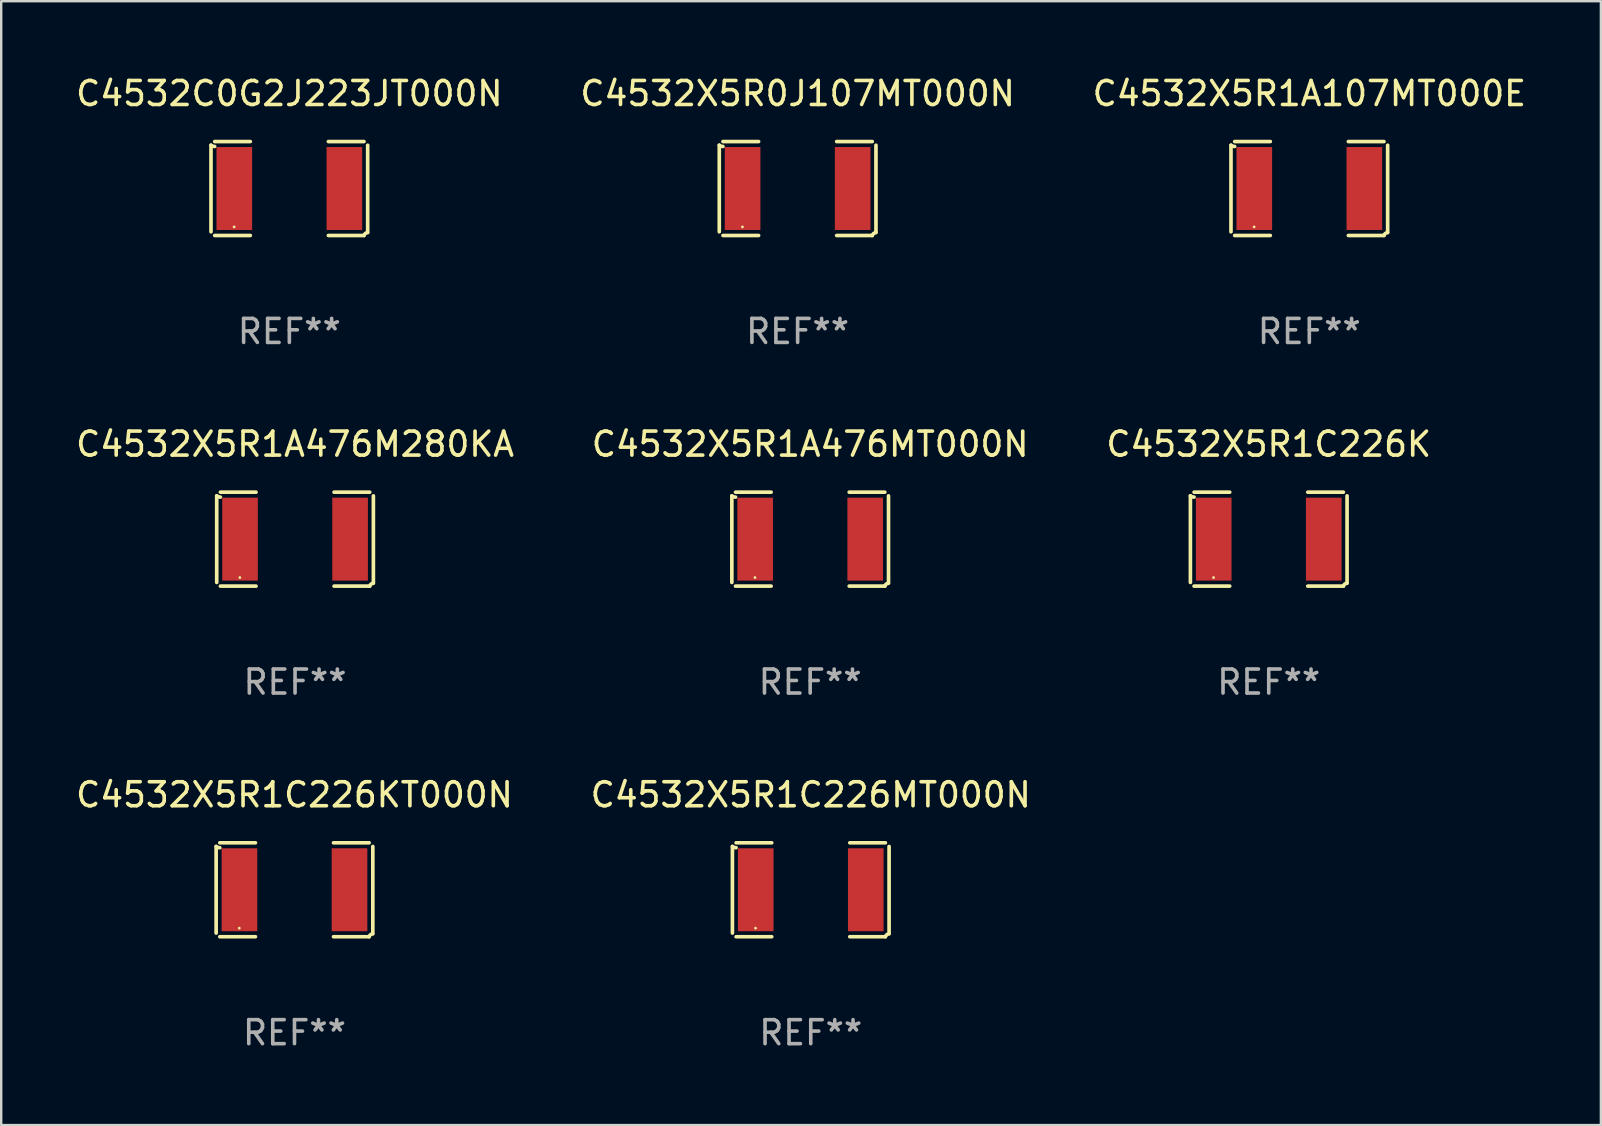
<source format=kicad_pcb>
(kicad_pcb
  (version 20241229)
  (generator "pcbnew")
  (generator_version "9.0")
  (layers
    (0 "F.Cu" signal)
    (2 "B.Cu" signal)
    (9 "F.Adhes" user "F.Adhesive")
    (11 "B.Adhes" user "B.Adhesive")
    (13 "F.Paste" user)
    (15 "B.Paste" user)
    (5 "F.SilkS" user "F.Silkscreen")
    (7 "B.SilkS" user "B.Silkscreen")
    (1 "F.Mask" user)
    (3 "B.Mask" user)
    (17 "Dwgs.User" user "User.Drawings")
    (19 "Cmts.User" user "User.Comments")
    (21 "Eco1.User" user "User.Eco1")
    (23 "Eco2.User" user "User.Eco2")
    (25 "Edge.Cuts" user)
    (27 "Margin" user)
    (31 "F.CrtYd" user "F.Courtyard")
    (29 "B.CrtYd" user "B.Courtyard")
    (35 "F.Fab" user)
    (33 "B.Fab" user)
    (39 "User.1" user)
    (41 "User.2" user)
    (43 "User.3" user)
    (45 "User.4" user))
  (footprint "C4532X5R1C226KT000N"
    (layer "F.Cu")
    (at 9.22 34.024)
    (property "Reference" "C4532X5R1C226KT000N" (at 0 -3.957 0) (layer "F.SilkS") (effects (font (size 1 1) (thickness 0.15))))
    (attr through_hole)
    (fp_line (start -3.264 1.804) (end -3.264 -1.804) (stroke (width 0.152) (type solid)) (layer "F.SilkS"))
    (fp_line (start -3.111 -1.957) (end -1.626 -1.957) (stroke (width 0.152) (type solid)) (layer "F.SilkS"))
    (fp_line (start -1.626 1.957) (end -3.111 1.957) (stroke (width 0.152) (type solid)) (layer "F.SilkS"))
    (fp_line (start 1.626 1.957) (end 3.111 1.957) (stroke (width 0.152) (type solid)) (layer "F.SilkS"))
    (fp_line (start 3.111 -1.957) (end 1.626 -1.957) (stroke (width 0.152) (type solid)) (layer "F.SilkS"))
    (fp_line (start 3.264 1.804) (end 3.264 -1.804) (stroke (width 0.152) (type solid)) (layer "F.SilkS"))
    (fp_arc (start -3.111202 -1.752192) (mid -3.191715 -1.76555) (end -3.263602 -1.804191) (stroke (width 0.1524) (type solid)) (layer "F.SilkS"))
    (fp_arc (start 3.111201 1.956591) (mid 3.167789 1.872777) (end 3.263602 1.840424) (stroke (width 0.1524) (type solid)) (layer "F.SilkS"))
    (fp_circle (center -2.3 1.6) (end -2.27 1.6) (stroke (width 0.06) (type solid)) (fill no) (layer "F.SilkS"))
    (fp_text user "REF**" (at 0 5.957 0) (layer "F.Fab") (effects (font (size 1 1) (thickness 0.15))))
    (pad "1" smd rect (at -2.293 0) (size 1.485 3.456) (layers "F.Cu" "F.Mask" "F.Paste"))
    (pad "2" smd rect (at 2.293 0) (size 1.485 3.456) (layers "F.Cu" "F.Mask" "F.Paste")))
  (footprint "C4532X5R1C226K"
    (layer "F.Cu")
    (at 49.815 19.415)
    (property "Reference" "C4532X5R1C226K" (at 0 -3.957 0) (layer "F.SilkS") (effects (font (size 1 1) (thickness 0.15))))
    (attr through_hole)
    (fp_line (start -3.264 1.804) (end -3.264 -1.804) (stroke (width 0.152) (type solid)) (layer "F.SilkS"))
    (fp_line (start -3.111 -1.957) (end -1.626 -1.957) (stroke (width 0.152) (type solid)) (layer "F.SilkS"))
    (fp_line (start -1.626 1.957) (end -3.111 1.957) (stroke (width 0.152) (type solid)) (layer "F.SilkS"))
    (fp_line (start 1.626 1.957) (end 3.111 1.957) (stroke (width 0.152) (type solid)) (layer "F.SilkS"))
    (fp_line (start 3.111 -1.957) (end 1.626 -1.957) (stroke (width 0.152) (type solid)) (layer "F.SilkS"))
    (fp_line (start 3.264 1.804) (end 3.264 -1.804) (stroke (width 0.152) (type solid)) (layer "F.SilkS"))
    (fp_arc (start -3.111202 -1.752192) (mid -3.191715 -1.76555) (end -3.263602 -1.804191) (stroke (width 0.1524) (type solid)) (layer "F.SilkS"))
    (fp_arc (start 3.111201 1.956591) (mid 3.167789 1.872777) (end 3.263602 1.840424) (stroke (width 0.1524) (type solid)) (layer "F.SilkS"))
    (fp_circle (center -2.3 1.6) (end -2.27 1.6) (stroke (width 0.06) (type solid)) (fill no) (layer "F.SilkS"))
    (fp_text user "REF**" (at 0 5.957 0) (layer "F.Fab") (effects (font (size 1 1) (thickness 0.15))))
    (pad "1" smd rect (at -2.293 0) (size 1.485 3.456) (layers "F.Cu" "F.Mask" "F.Paste"))
    (pad "2" smd rect (at 2.293 0) (size 1.485 3.456) (layers "F.Cu" "F.Mask" "F.Paste")))
  (footprint "C4532X5R1C226MT000N"
    (layer "F.Cu")
    (at 30.732 34.024)
    (property "Reference" "C4532X5R1C226MT000N" (at 0 -3.957 0) (layer "F.SilkS") (effects (font (size 1 1) (thickness 0.15))))
    (attr through_hole)
    (fp_line (start -3.264 1.804) (end -3.264 -1.804) (stroke (width 0.152) (type solid)) (layer "F.SilkS"))
    (fp_line (start -3.111 -1.957) (end -1.626 -1.957) (stroke (width 0.152) (type solid)) (layer "F.SilkS"))
    (fp_line (start -1.626 1.957) (end -3.111 1.957) (stroke (width 0.152) (type solid)) (layer "F.SilkS"))
    (fp_line (start 1.626 1.957) (end 3.111 1.957) (stroke (width 0.152) (type solid)) (layer "F.SilkS"))
    (fp_line (start 3.111 -1.957) (end 1.626 -1.957) (stroke (width 0.152) (type solid)) (layer "F.SilkS"))
    (fp_line (start 3.264 1.804) (end 3.264 -1.804) (stroke (width 0.152) (type solid)) (layer "F.SilkS"))
    (fp_arc (start -3.111202 -1.752192) (mid -3.191715 -1.76555) (end -3.263602 -1.804191) (stroke (width 0.1524) (type solid)) (layer "F.SilkS"))
    (fp_arc (start 3.111201 1.956591) (mid 3.167789 1.872777) (end 3.263602 1.840424) (stroke (width 0.1524) (type solid)) (layer "F.SilkS"))
    (fp_circle (center -2.3 1.6) (end -2.27 1.6) (stroke (width 0.06) (type solid)) (fill no) (layer "F.SilkS"))
    (fp_text user "REF**" (at 0 5.957 0) (layer "F.Fab") (effects (font (size 1 1) (thickness 0.15))))
    (pad "1" smd rect (at -2.293 0) (size 1.485 3.456) (layers "F.Cu" "F.Mask" "F.Paste"))
    (pad "2" smd rect (at 2.293 0) (size 1.485 3.456) (layers "F.Cu" "F.Mask" "F.Paste")))
  (footprint "C4532X5R0J107MT000N"
    (layer "F.Cu")
    (at 30.185 4.805)
    (property "Reference" "C4532X5R0J107MT000N" (at 0 -3.957 0) (layer "F.SilkS") (effects (font (size 1 1) (thickness 0.15))))
    (attr through_hole)
    (fp_line (start -3.264 1.804) (end -3.264 -1.804) (stroke (width 0.152) (type solid)) (layer "F.SilkS"))
    (fp_line (start -3.111 -1.957) (end -1.626 -1.957) (stroke (width 0.152) (type solid)) (layer "F.SilkS"))
    (fp_line (start -1.626 1.957) (end -3.111 1.957) (stroke (width 0.152) (type solid)) (layer "F.SilkS"))
    (fp_line (start 1.626 1.957) (end 3.111 1.957) (stroke (width 0.152) (type solid)) (layer "F.SilkS"))
    (fp_line (start 3.111 -1.957) (end 1.626 -1.957) (stroke (width 0.152) (type solid)) (layer "F.SilkS"))
    (fp_line (start 3.264 1.804) (end 3.264 -1.804) (stroke (width 0.152) (type solid)) (layer "F.SilkS"))
    (fp_arc (start -3.111202 -1.752192) (mid -3.191715 -1.76555) (end -3.263602 -1.804191) (stroke (width 0.1524) (type solid)) (layer "F.SilkS"))
    (fp_arc (start 3.111201 1.956591) (mid 3.167789 1.872777) (end 3.263602 1.840424) (stroke (width 0.1524) (type solid)) (layer "F.SilkS"))
    (fp_circle (center -2.3 1.6) (end -2.27 1.6) (stroke (width 0.06) (type solid)) (fill no) (layer "F.SilkS"))
    (fp_text user "REF**" (at 0 5.957 0) (layer "F.Fab") (effects (font (size 1 1) (thickness 0.15))))
    (pad "1" smd rect (at -2.293 0) (size 1.485 3.456) (layers "F.Cu" "F.Mask" "F.Paste"))
    (pad "2" smd rect (at 2.293 0) (size 1.485 3.456) (layers "F.Cu" "F.Mask" "F.Paste")))
  (footprint "C4532C0G2J223JT000N"
    (layer "F.Cu")
    (at 9.006 4.805)
    (property "Reference" "C4532C0G2J223JT000N" (at 0 -3.957 0) (layer "F.SilkS") (effects (font (size 1 1) (thickness 0.15))))
    (attr through_hole)
    (fp_line (start -3.264 1.804) (end -3.264 -1.804) (stroke (width 0.152) (type solid)) (layer "F.SilkS"))
    (fp_line (start -3.111 -1.957) (end -1.626 -1.957) (stroke (width 0.152) (type solid)) (layer "F.SilkS"))
    (fp_line (start -1.626 1.957) (end -3.111 1.957) (stroke (width 0.152) (type solid)) (layer "F.SilkS"))
    (fp_line (start 1.626 1.957) (end 3.111 1.957) (stroke (width 0.152) (type solid)) (layer "F.SilkS"))
    (fp_line (start 3.111 -1.957) (end 1.626 -1.957) (stroke (width 0.152) (type solid)) (layer "F.SilkS"))
    (fp_line (start 3.264 1.804) (end 3.264 -1.804) (stroke (width 0.152) (type solid)) (layer "F.SilkS"))
    (fp_arc (start -3.111202 -1.752192) (mid -3.191715 -1.76555) (end -3.263602 -1.804191) (stroke (width 0.1524) (type solid)) (layer "F.SilkS"))
    (fp_arc (start 3.111201 1.956591) (mid 3.167789 1.872777) (end 3.263602 1.840424) (stroke (width 0.1524) (type solid)) (layer "F.SilkS"))
    (fp_circle (center -2.3 1.6) (end -2.27 1.6) (stroke (width 0.06) (type solid)) (fill no) (layer "F.SilkS"))
    (fp_text user "REF**" (at 0 5.957 0) (layer "F.Fab") (effects (font (size 1 1) (thickness 0.15))))
    (pad "1" smd rect (at -2.293 0) (size 1.485 3.456) (layers "F.Cu" "F.Mask" "F.Paste"))
    (pad "2" smd rect (at 2.293 0) (size 1.485 3.456) (layers "F.Cu" "F.Mask" "F.Paste")))
  (footprint "C4532X5R1A107MT000E"
    (layer "F.Cu")
    (at 51.506 4.805)
    (property "Reference" "C4532X5R1A107MT000E" (at 0 -3.957 0) (layer "F.SilkS") (effects (font (size 1 1) (thickness 0.15))))
    (attr through_hole)
    (fp_line (start -3.264 1.804) (end -3.264 -1.804) (stroke (width 0.152) (type solid)) (layer "F.SilkS"))
    (fp_line (start -3.111 -1.957) (end -1.626 -1.957) (stroke (width 0.152) (type solid)) (layer "F.SilkS"))
    (fp_line (start -1.626 1.957) (end -3.111 1.957) (stroke (width 0.152) (type solid)) (layer "F.SilkS"))
    (fp_line (start 1.626 1.957) (end 3.111 1.957) (stroke (width 0.152) (type solid)) (layer "F.SilkS"))
    (fp_line (start 3.111 -1.957) (end 1.626 -1.957) (stroke (width 0.152) (type solid)) (layer "F.SilkS"))
    (fp_line (start 3.264 1.804) (end 3.264 -1.804) (stroke (width 0.152) (type solid)) (layer "F.SilkS"))
    (fp_arc (start -3.111202 -1.752192) (mid -3.191715 -1.76555) (end -3.263602 -1.804191) (stroke (width 0.1524) (type solid)) (layer "F.SilkS"))
    (fp_arc (start 3.111201 1.956591) (mid 3.167789 1.872777) (end 3.263602 1.840424) (stroke (width 0.1524) (type solid)) (layer "F.SilkS"))
    (fp_circle (center -2.3 1.6) (end -2.27 1.6) (stroke (width 0.06) (type solid)) (fill no) (layer "F.SilkS"))
    (fp_text user "REF**" (at 0 5.957 0) (layer "F.Fab") (effects (font (size 1 1) (thickness 0.15))))
    (pad "1" smd rect (at -2.293 0) (size 1.485 3.456) (layers "F.Cu" "F.Mask" "F.Paste"))
    (pad "2" smd rect (at 2.293 0) (size 1.485 3.456) (layers "F.Cu" "F.Mask" "F.Paste")))
  (footprint "C4532X5R1A476MT000N"
    (layer "F.Cu")
    (at 30.708 19.415)
    (property "Reference" "C4532X5R1A476MT000N" (at 0 -3.957 0) (layer "F.SilkS") (effects (font (size 1 1) (thickness 0.15))))
    (attr through_hole)
    (fp_line (start -3.264 1.804) (end -3.264 -1.804) (stroke (width 0.152) (type solid)) (layer "F.SilkS"))
    (fp_line (start -3.111 -1.957) (end -1.626 -1.957) (stroke (width 0.152) (type solid)) (layer "F.SilkS"))
    (fp_line (start -1.626 1.957) (end -3.111 1.957) (stroke (width 0.152) (type solid)) (layer "F.SilkS"))
    (fp_line (start 1.626 1.957) (end 3.111 1.957) (stroke (width 0.152) (type solid)) (layer "F.SilkS"))
    (fp_line (start 3.111 -1.957) (end 1.626 -1.957) (stroke (width 0.152) (type solid)) (layer "F.SilkS"))
    (fp_line (start 3.264 1.804) (end 3.264 -1.804) (stroke (width 0.152) (type solid)) (layer "F.SilkS"))
    (fp_arc (start -3.111202 -1.752192) (mid -3.191715 -1.76555) (end -3.263602 -1.804191) (stroke (width 0.1524) (type solid)) (layer "F.SilkS"))
    (fp_arc (start 3.111201 1.956591) (mid 3.167789 1.872777) (end 3.263602 1.840424) (stroke (width 0.1524) (type solid)) (layer "F.SilkS"))
    (fp_circle (center -2.3 1.6) (end -2.27 1.6) (stroke (width 0.06) (type solid)) (fill no) (layer "F.SilkS"))
    (fp_text user "REF**" (at 0 5.957 0) (layer "F.Fab") (effects (font (size 1 1) (thickness 0.15))))
    (pad "1" smd rect (at -2.293 0) (size 1.485 3.456) (layers "F.Cu" "F.Mask" "F.Paste"))
    (pad "2" smd rect (at 2.293 0) (size 1.485 3.456) (layers "F.Cu" "F.Mask" "F.Paste")))
  (footprint "C4532X5R1A476M280KA"
    (layer "F.Cu")
    (at 9.244 19.415)
    (property "Reference" "C4532X5R1A476M280KA" (at 0 -3.957 0) (layer "F.SilkS") (effects (font (size 1 1) (thickness 0.15))))
    (attr through_hole)
    (fp_line (start -3.264 1.804) (end -3.264 -1.804) (stroke (width 0.152) (type solid)) (layer "F.SilkS"))
    (fp_line (start -3.111 -1.957) (end -1.626 -1.957) (stroke (width 0.152) (type solid)) (layer "F.SilkS"))
    (fp_line (start -1.626 1.957) (end -3.111 1.957) (stroke (width 0.152) (type solid)) (layer "F.SilkS"))
    (fp_line (start 1.626 1.957) (end 3.111 1.957) (stroke (width 0.152) (type solid)) (layer "F.SilkS"))
    (fp_line (start 3.111 -1.957) (end 1.626 -1.957) (stroke (width 0.152) (type solid)) (layer "F.SilkS"))
    (fp_line (start 3.264 1.804) (end 3.264 -1.804) (stroke (width 0.152) (type solid)) (layer "F.SilkS"))
    (fp_arc (start -3.111202 -1.752192) (mid -3.191715 -1.76555) (end -3.263602 -1.804191) (stroke (width 0.1524) (type solid)) (layer "F.SilkS"))
    (fp_arc (start 3.111201 1.956591) (mid 3.167789 1.872777) (end 3.263602 1.840424) (stroke (width 0.1524) (type solid)) (layer "F.SilkS"))
    (fp_circle (center -2.3 1.6) (end -2.27 1.6) (stroke (width 0.06) (type solid)) (fill no) (layer "F.SilkS"))
    (fp_text user "REF**" (at 0 5.957 0) (layer "F.Fab") (effects (font (size 1 1) (thickness 0.15))))
    (pad "1" smd rect (at -2.293 0) (size 1.485 3.456) (layers "F.Cu" "F.Mask" "F.Paste"))
    (pad "2" smd rect (at 2.293 0) (size 1.485 3.456) (layers "F.Cu" "F.Mask" "F.Paste")))
  (gr_rect
    (start -3 -3)
    (end 63.655 43.829)
    (stroke (width 0.1) (type default))
    (fill no)
    (layer "Edge.Cuts")))
</source>
